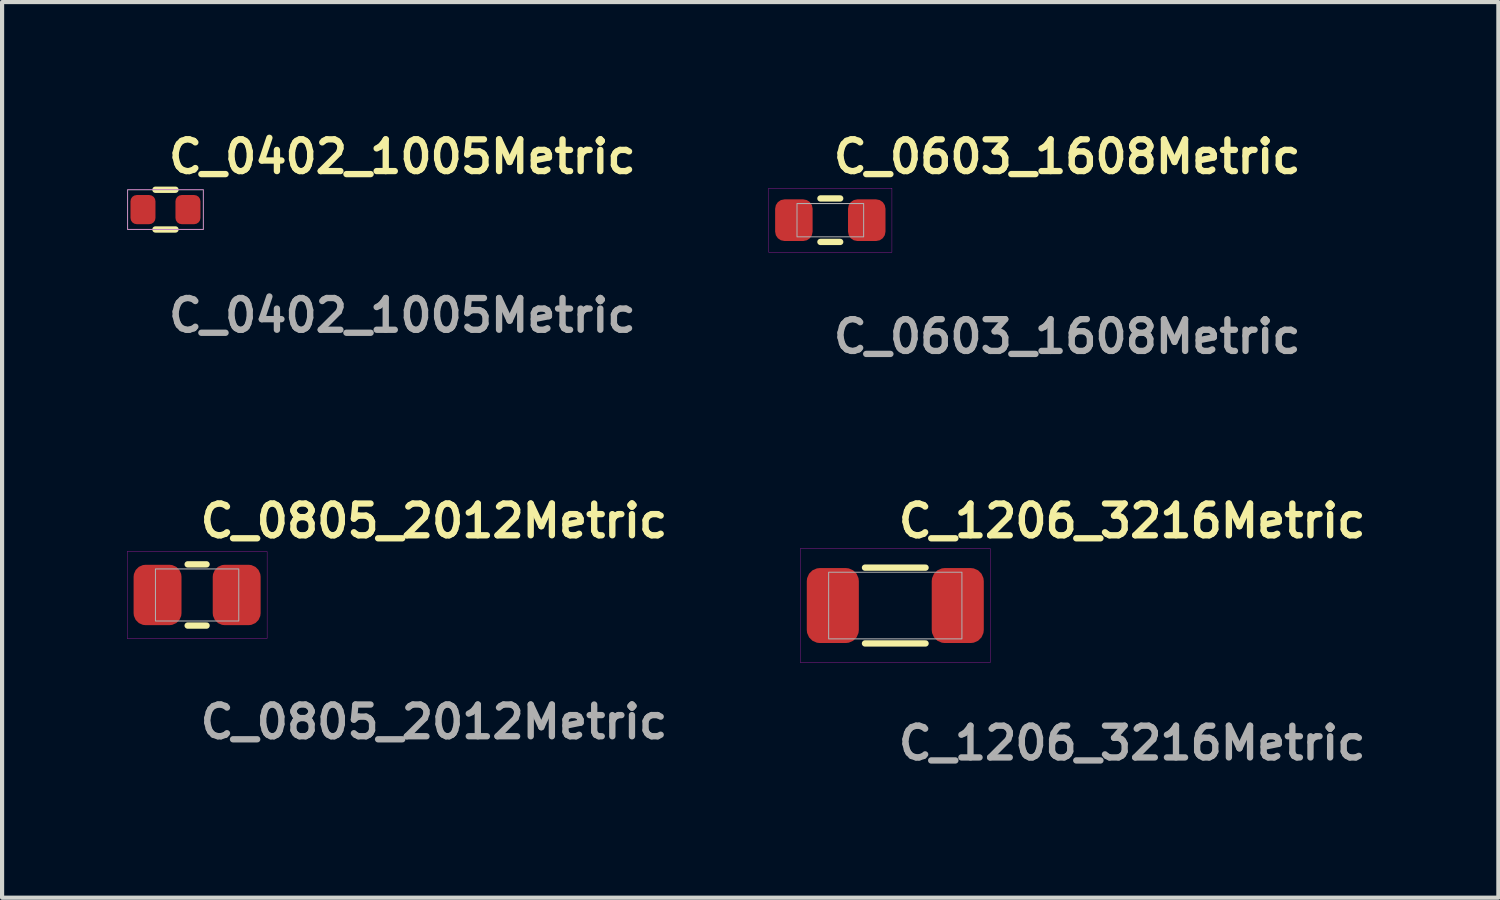
<source format=kicad_pcb>
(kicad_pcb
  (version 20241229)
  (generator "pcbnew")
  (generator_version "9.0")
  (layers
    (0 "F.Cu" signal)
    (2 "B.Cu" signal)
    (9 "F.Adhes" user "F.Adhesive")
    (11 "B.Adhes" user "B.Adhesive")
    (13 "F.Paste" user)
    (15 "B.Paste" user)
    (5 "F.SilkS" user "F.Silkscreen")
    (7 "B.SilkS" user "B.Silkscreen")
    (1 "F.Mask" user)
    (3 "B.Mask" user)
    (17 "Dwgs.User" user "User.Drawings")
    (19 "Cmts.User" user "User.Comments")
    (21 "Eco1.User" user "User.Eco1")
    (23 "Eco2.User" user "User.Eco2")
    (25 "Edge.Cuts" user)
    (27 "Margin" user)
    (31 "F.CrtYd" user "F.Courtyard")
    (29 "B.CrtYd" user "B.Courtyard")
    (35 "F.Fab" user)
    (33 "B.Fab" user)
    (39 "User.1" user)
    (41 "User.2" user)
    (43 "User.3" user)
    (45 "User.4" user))
  (footprint "C_0805_2012Metric"
    (layer "F.Cu")
    (at 1.683 11.236)
    (property "Reference" "C_0805_2012Metric" (at 0 -1.778 0) (layer "F.SilkS") (effects (font (size 0.762 0.762) (thickness 0.152) (bold yes)) (justify left)))
    (attr smd)
    (fp_line (start -0.227 -0.735) (end 0.227 -0.735) (stroke (width 0.152) (type solid)) (layer "F.SilkS"))
    (fp_line (start -0.227 0.735) (end 0.227 0.735) (stroke (width 0.152) (type solid)) (layer "F.SilkS"))
    (fp_rect (start -1.68 -1.045) (end 1.68 1.045) (stroke (width 0.006) (type solid)) (fill no) (layer "F.CrtYd"))
    (fp_rect (start -1 -0.625) (end 1 0.625) (stroke (width 0.025) (type default)) (fill no) (layer "F.Fab"))
    (fp_text user "${REFERENCE}" (at 0 3.048 0) (layer "F.Fab") (effects (font (size 0.762 0.762) (thickness 0.152)) (justify left)))
    (pad "1" smd roundrect (at -0.95 0) (size 1.15 1.45) (layers "F.Cu" "F.Mask" "F.Paste") (roundrect_rratio 0.25))
    (pad "2" smd roundrect (at 0.95 0) (size 1.15 1.45) (layers "F.Cu" "F.Mask" "F.Paste") (roundrect_rratio 0.25)))
  (footprint "C_0603_1608Metric"
    (layer "F.Cu")
    (at 16.887 2.237)
    (property "Reference" "C_0603_1608Metric" (at 0 -1.524 0) (layer "F.SilkS") (effects (font (size 0.762 0.762) (thickness 0.152) (bold yes)) (justify left)))
    (attr smd)
    (fp_line (start -0.237 -0.522) (end 0.237 -0.522) (stroke (width 0.152) (type solid)) (layer "F.SilkS"))
    (fp_line (start -0.237 0.522) (end 0.237 0.522) (stroke (width 0.152) (type solid)) (layer "F.SilkS"))
    (fp_rect (start -1.48 -0.77) (end 1.48 0.77) (stroke (width 0.006) (type solid)) (fill no) (layer "F.CrtYd"))
    (fp_rect (start -0.8 -0.4) (end 0.8 0.4) (stroke (width 0.025) (type default)) (fill no) (layer "F.Fab"))
    (fp_text user "${REFERENCE}" (at 0 2.794 0) (layer "F.Fab") (effects (font (size 0.762 0.762) (thickness 0.152)) (justify left)))
    (pad "1" smd roundrect (at -0.875 0) (size 0.9 1) (layers "F.Cu" "F.Mask" "F.Paste") (roundrect_rratio 0.25))
    (pad "2" smd roundrect (at 0.875 0) (size 0.9 1) (layers "F.Cu" "F.Mask" "F.Paste") (roundrect_rratio 0.25)))
  (footprint "C_0402_1005Metric"
    (layer "F.Cu")
    (at 0.923 1.983)
    (property "Reference" "C_0402_1005Metric" (at 0 -1.27 0) (layer "F.SilkS") (effects (font (size 0.762 0.762) (thickness 0.152) (bold yes)) (justify left)))
    (fp_line (start 0.24 -0.477) (end -0.24 -0.477) (stroke (width 0.152) (type solid)) (layer "F.SilkS"))
    (fp_line (start 0.24 0.477) (end -0.24 0.477) (stroke (width 0.152) (type solid)) (layer "F.SilkS"))
    (fp_rect (start -0.91 -0.477) (end 0.91 0.477) (stroke (width 0.006) (type solid)) (fill no) (layer "F.CrtYd"))
    (fp_rect (start -0.91 -0.477) (end 0.91 0.477) (stroke (width 0.025) (type default)) (fill no) (layer "F.Fab"))
    (fp_text user "${REFERENCE}" (at 0 2.54 0) (layer "F.Fab") (effects (font (size 0.762 0.762) (thickness 0.152)) (justify left)))
    (pad "1" smd roundrect (at -0.54 0) (size 0.6 0.7) (layers "F.Cu" "F.Mask" "F.Paste") (roundrect_rratio 0.25))
    (pad "2" smd roundrect (at 0.54 0) (size 0.6 0.7) (layers "F.Cu" "F.Mask" "F.Paste") (roundrect_rratio 0.25)))
  (footprint "C_1206_3216Metric"
    (layer "F.Cu")
    (at 18.447 11.49)
    (property "Reference" "C_1206_3216Metric" (at 0 -2.032 0) (layer "F.SilkS") (effects (font (size 0.762 0.762) (thickness 0.152) (bold yes)) (justify left)))
    (attr smd)
    (fp_line (start -0.727 -0.91) (end 0.727 -0.91) (stroke (width 0.152) (type solid)) (layer "F.SilkS"))
    (fp_line (start -0.727 0.91) (end 0.727 0.91) (stroke (width 0.152) (type solid)) (layer "F.SilkS"))
    (fp_rect (start -2.28 -1.37) (end 2.28 1.37) (stroke (width 0.006) (type solid)) (fill no) (layer "F.CrtYd"))
    (fp_rect (start -1.6 -0.8) (end 1.6 0.8) (stroke (width 0.025) (type default)) (fill no) (layer "F.Fab"))
    (fp_text user "${REFERENCE}" (at 0 3.302 0) (layer "F.Fab") (effects (font (size 0.762 0.762) (thickness 0.152)) (justify left)))
    (pad "1" smd roundrect (at -1.5 0) (size 1.25 1.8) (layers "F.Cu" "F.Mask" "F.Paste") (roundrect_rratio 0.25))
    (pad "2" smd roundrect (at 1.5 0) (size 1.25 1.8) (layers "F.Cu" "F.Mask" "F.Paste") (roundrect_rratio 0.25)))
  (gr_rect
    (start -3 -3)
    (end 32.928 18.505)
    (stroke (width 0.1) (type default))
    (fill no)
    (layer "Edge.Cuts")))
</source>
